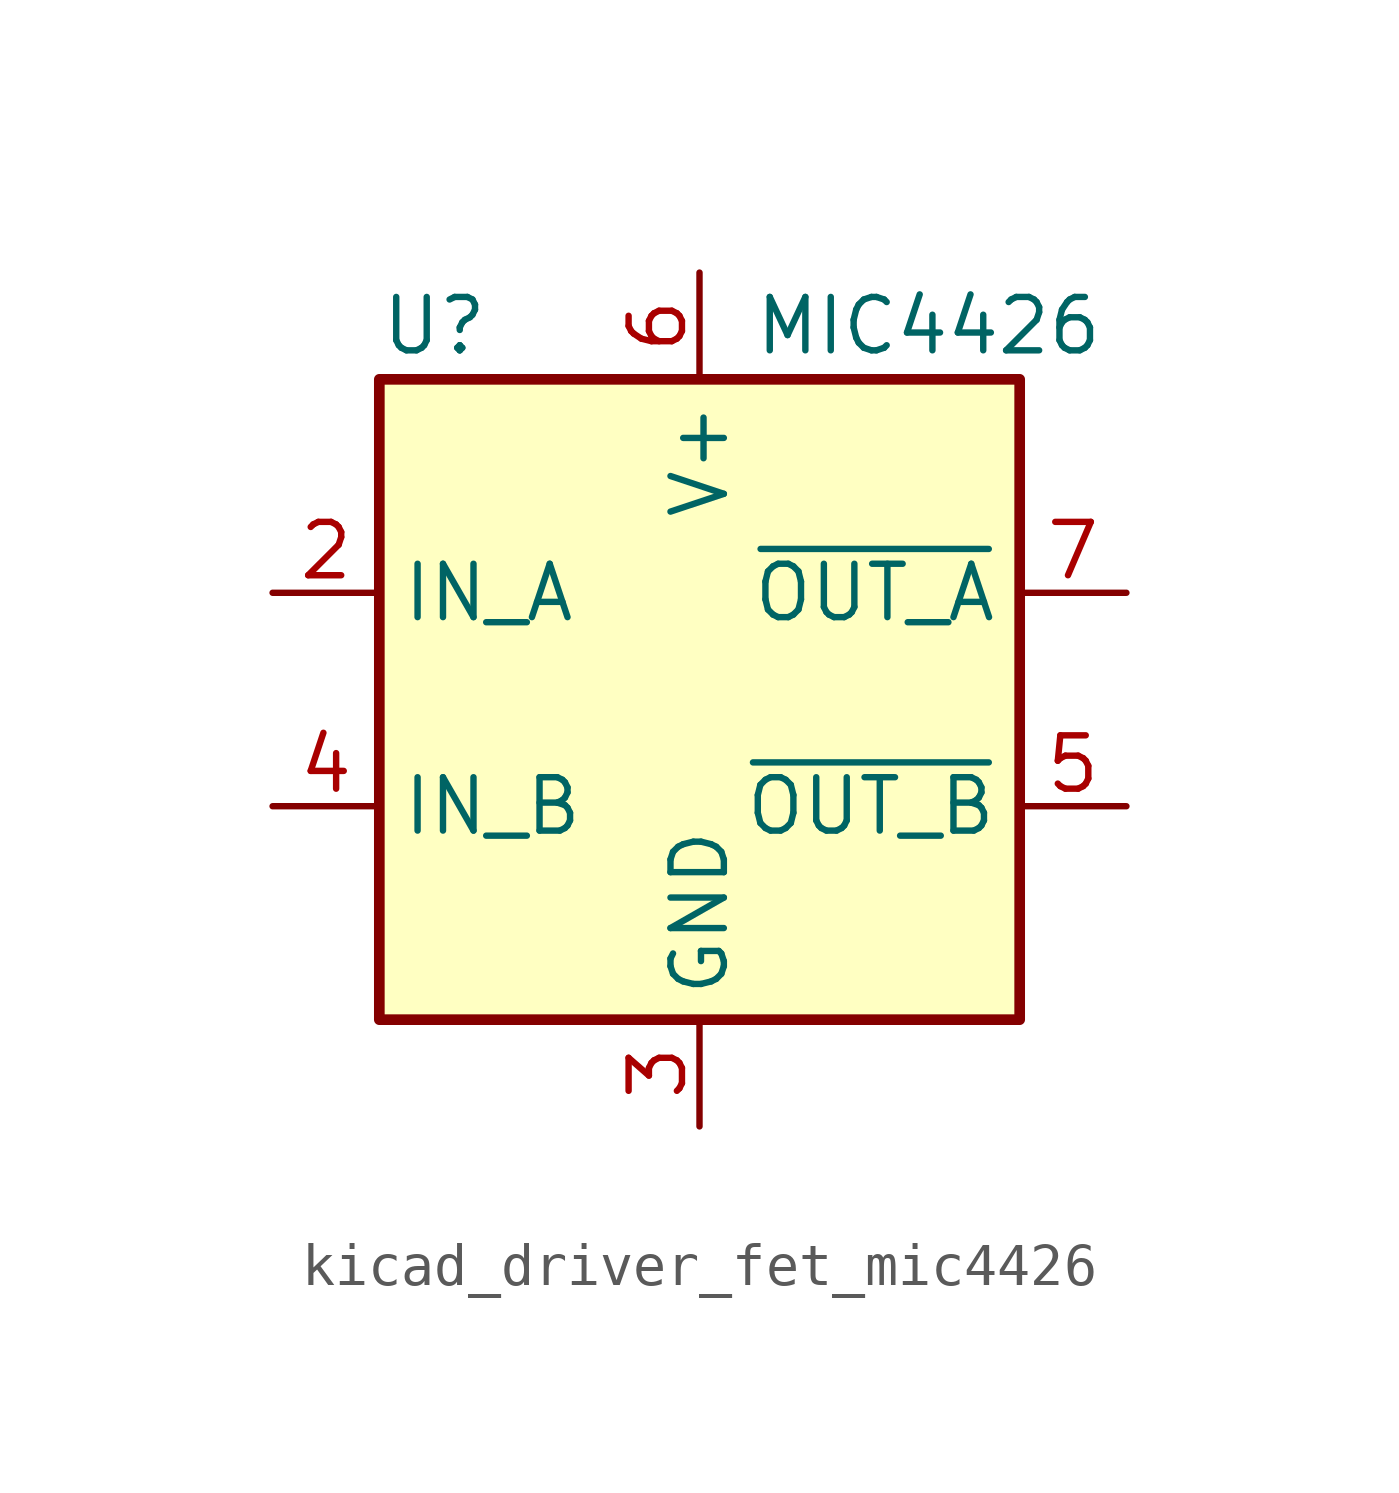
<source format=kicad_sym>
(kicad_symbol_lib
  (version 20220914)
  (generator kicad_symbol_editor)
  (symbol "kicad_driver_fet_mic4426"
    (property "Reference" "U"
      (at -7.62 8.89 0)
      (effects (font (size 1.27 1.27)) (justify left)))
    (property "Value" "MIC4426"
      (at 1.27 8.89 0)
      (effects (font (size 1.27 1.27)) (justify left)))
    (symbol "kicad_driver_fet_mic4426_0_1"
      (rectangle (start -7.62 -7.62) (end 7.62 7.62) (stroke (width 0.254) (type default)) (fill (type background))))
    (symbol "kicad_driver_fet_mic4426_1_1"
      (pin no_connect line (at -7.62 0 0) (length 2.54) hide (name "NC" (effects (font (size 1.27 1.27)))) (number "1" (effects (font (size 1.27 1.27)))))
      (pin input line (at -10.16 2.54 0) (length 2.54) (name "IN_A" (effects (font (size 1.27 1.27)))) (number "2" (effects (font (size 1.27 1.27)))))
      (pin power_in line (at 0 -10.16 90) (length 2.54) (name "GND" (effects (font (size 1.27 1.27)))) (number "3" (effects (font (size 1.27 1.27)))))
      (pin input line (at -10.16 -2.54 0) (length 2.54) (name "IN_B" (effects (font (size 1.27 1.27)))) (number "4" (effects (font (size 1.27 1.27)))))
      (pin output line (at 10.16 -2.54 180) (length 2.54) (name "~{OUT_B}" (effects (font (size 1.27 1.27)))) (number "5" (effects (font (size 1.27 1.27)))))
      (pin power_in line (at 0 10.16 270) (length 2.54) (name "V+" (effects (font (size 1.27 1.27)))) (number "6" (effects (font (size 1.27 1.27)))))
      (pin output line (at 10.16 2.54 180) (length 2.54) (name "~{OUT_A}" (effects (font (size 1.27 1.27)))) (number "7" (effects (font (size 1.27 1.27)))))
      (pin no_connect line (at 7.62 0 180) (length 2.54) hide (name "NC" (effects (font (size 1.27 1.27)))) (number "8" (effects (font (size 1.27 1.27))))))))
</source>
